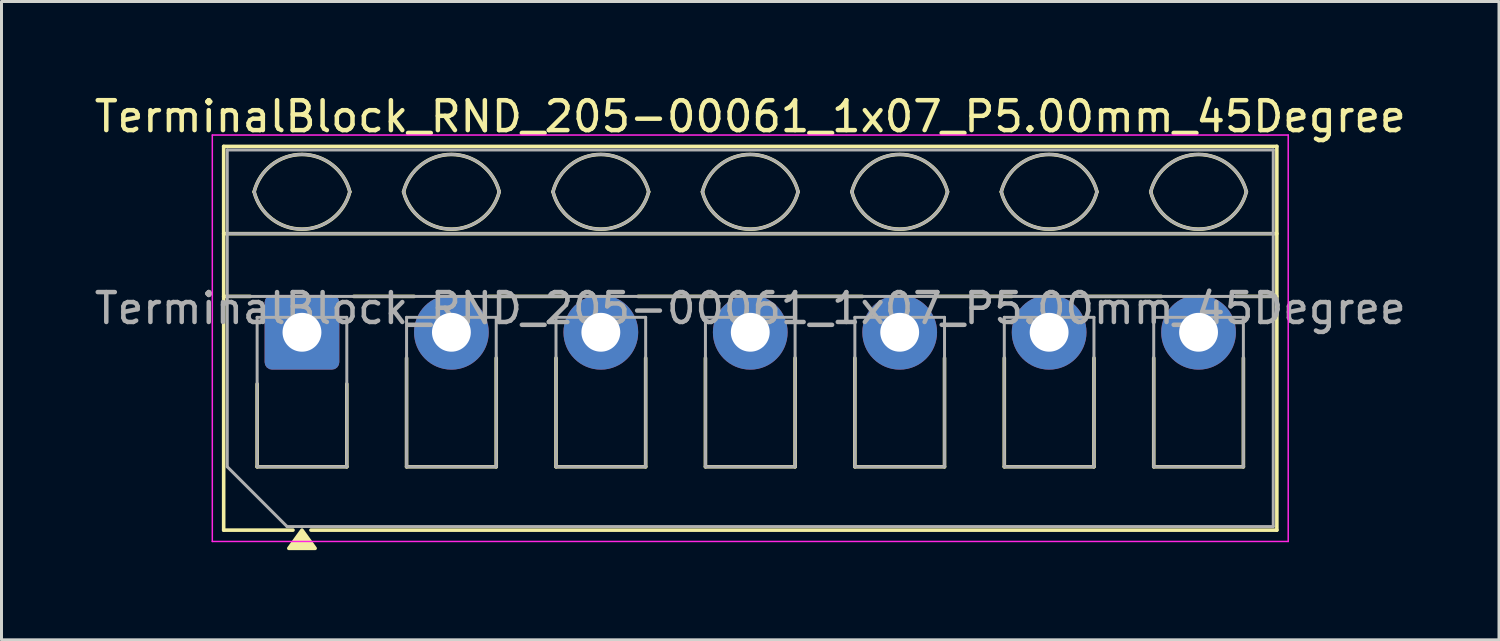
<source format=kicad_pcb>
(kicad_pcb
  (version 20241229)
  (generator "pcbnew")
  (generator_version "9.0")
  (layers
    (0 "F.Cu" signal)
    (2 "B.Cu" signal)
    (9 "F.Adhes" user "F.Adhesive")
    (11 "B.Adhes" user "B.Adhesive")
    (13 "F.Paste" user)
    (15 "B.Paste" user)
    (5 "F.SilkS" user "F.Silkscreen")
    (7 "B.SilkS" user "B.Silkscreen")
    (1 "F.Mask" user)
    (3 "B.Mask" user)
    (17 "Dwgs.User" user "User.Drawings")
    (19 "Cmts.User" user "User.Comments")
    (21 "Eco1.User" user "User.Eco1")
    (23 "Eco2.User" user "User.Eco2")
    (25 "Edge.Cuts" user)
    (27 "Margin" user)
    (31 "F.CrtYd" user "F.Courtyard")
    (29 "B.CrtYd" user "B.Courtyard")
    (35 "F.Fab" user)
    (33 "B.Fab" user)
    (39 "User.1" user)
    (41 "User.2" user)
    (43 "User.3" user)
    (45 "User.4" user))
  (footprint "TerminalBlock_RND_205-00061_1x07_P5.00mm_45Degree"
    (layer "F.Cu")
    (at 7.054 8.068)
    (property "Reference" "TerminalBlock_RND_205-00061_1x07_P5.00mm_45Degree" (at 15 -7.22 0) (layer "F.SilkS") (effects (font (size 1 1) (thickness 0.15))))
    (attr through_hole)
    (fp_line (start -2.62 -6.22) (end -2.62 6.62) (stroke (width 0.12) (type solid)) (layer "F.SilkS"))
    (fp_line (start -2.62 -6.22) (end 32.62 -6.22) (stroke (width 0.12) (type solid)) (layer "F.SilkS"))
    (fp_line (start -2.62 -3.3) (end 32.62 -3.3) (stroke (width 0.12) (type solid)) (layer "F.SilkS"))
    (fp_line (start -2.62 -1.2) (end -1.73 -1.2) (stroke (width 0.12) (type solid)) (layer "F.SilkS"))
    (fp_line (start -2.62 6.62) (end -0.3 6.62) (stroke (width 0.12) (type solid)) (layer "F.SilkS"))
    (fp_line (start -1.5 1.73) (end -1.5 4.5) (stroke (width 0.12) (type solid)) (layer "F.SilkS"))
    (fp_line (start -1.5 4.5) (end 1.5 4.5) (stroke (width 0.12) (type solid)) (layer "F.SilkS"))
    (fp_line (start 0.3 6.62) (end 32.62 6.62) (stroke (width 0.12) (type solid)) (layer "F.SilkS"))
    (fp_line (start 1.5 1.73) (end 1.5 4.5) (stroke (width 0.12) (type solid)) (layer "F.SilkS"))
    (fp_line (start 1.73 -1.2) (end 3.754 -1.2) (stroke (width 0.12) (type solid)) (layer "F.SilkS"))
    (fp_line (start 3.5 0.862) (end 3.5 4.5) (stroke (width 0.12) (type solid)) (layer "F.SilkS"))
    (fp_line (start 3.5 4.5) (end 6.5 4.5) (stroke (width 0.12) (type solid)) (layer "F.SilkS"))
    (fp_line (start 6.246 -1.2) (end 8.754 -1.2) (stroke (width 0.12) (type solid)) (layer "F.SilkS"))
    (fp_line (start 6.5 0.862) (end 6.5 4.5) (stroke (width 0.12) (type solid)) (layer "F.SilkS"))
    (fp_line (start 8.5 0.862) (end 8.5 4.5) (stroke (width 0.12) (type solid)) (layer "F.SilkS"))
    (fp_line (start 8.5 4.5) (end 11.5 4.5) (stroke (width 0.12) (type solid)) (layer "F.SilkS"))
    (fp_line (start 11.246 -1.2) (end 13.754 -1.2) (stroke (width 0.12) (type solid)) (layer "F.SilkS"))
    (fp_line (start 11.5 0.862) (end 11.5 4.5) (stroke (width 0.12) (type solid)) (layer "F.SilkS"))
    (fp_line (start 13.5 0.862) (end 13.5 4.5) (stroke (width 0.12) (type solid)) (layer "F.SilkS"))
    (fp_line (start 13.5 4.5) (end 16.5 4.5) (stroke (width 0.12) (type solid)) (layer "F.SilkS"))
    (fp_line (start 16.246 -1.2) (end 18.754 -1.2) (stroke (width 0.12) (type solid)) (layer "F.SilkS"))
    (fp_line (start 16.5 0.862) (end 16.5 4.5) (stroke (width 0.12) (type solid)) (layer "F.SilkS"))
    (fp_line (start 18.5 0.862) (end 18.5 4.5) (stroke (width 0.12) (type solid)) (layer "F.SilkS"))
    (fp_line (start 18.5 4.5) (end 21.5 4.5) (stroke (width 0.12) (type solid)) (layer "F.SilkS"))
    (fp_line (start 21.246 -1.2) (end 23.754 -1.2) (stroke (width 0.12) (type solid)) (layer "F.SilkS"))
    (fp_line (start 21.5 0.862) (end 21.5 4.5) (stroke (width 0.12) (type solid)) (layer "F.SilkS"))
    (fp_line (start 23.5 0.862) (end 23.5 4.5) (stroke (width 0.12) (type solid)) (layer "F.SilkS"))
    (fp_line (start 23.5 4.5) (end 26.5 4.5) (stroke (width 0.12) (type solid)) (layer "F.SilkS"))
    (fp_line (start 26.246 -1.2) (end 28.754 -1.2) (stroke (width 0.12) (type solid)) (layer "F.SilkS"))
    (fp_line (start 26.5 0.862) (end 26.5 4.5) (stroke (width 0.12) (type solid)) (layer "F.SilkS"))
    (fp_line (start 28.5 0.862) (end 28.5 4.5) (stroke (width 0.12) (type solid)) (layer "F.SilkS"))
    (fp_line (start 28.5 4.5) (end 31.5 4.5) (stroke (width 0.12) (type solid)) (layer "F.SilkS"))
    (fp_line (start 31.246 -1.2) (end 32.62 -1.2) (stroke (width 0.12) (type solid)) (layer "F.SilkS"))
    (fp_line (start 31.5 0.862) (end 31.5 4.5) (stroke (width 0.12) (type solid)) (layer "F.SilkS"))
    (fp_line (start 32.62 -6.22) (end 32.62 6.62) (stroke (width 0.12) (type solid)) (layer "F.SilkS"))
    (fp_arc (start -1.600031 -4.699875) (mid -0.000065 -5.95) (end 1.6 -4.7) (stroke (width 0.12) (type solid)) (layer "F.SilkS"))
    (fp_arc (start 1.6 -4.7) (mid -0.000065 -3.45) (end -1.600031 -4.700125) (stroke (width 0.12) (type solid)) (layer "F.SilkS"))
    (fp_arc (start 3.399969 -4.699875) (mid 4.999935 -5.95) (end 6.6 -4.7) (stroke (width 0.12) (type solid)) (layer "F.SilkS"))
    (fp_arc (start 6.6 -4.7) (mid 4.999935 -3.45) (end 3.399969 -4.700125) (stroke (width 0.12) (type solid)) (layer "F.SilkS"))
    (fp_arc (start 8.399969 -4.699875) (mid 9.999935 -5.95) (end 11.6 -4.7) (stroke (width 0.12) (type solid)) (layer "F.SilkS"))
    (fp_arc (start 11.6 -4.7) (mid 9.999935 -3.45) (end 8.399969 -4.700125) (stroke (width 0.12) (type solid)) (layer "F.SilkS"))
    (fp_arc (start 13.399969 -4.699875) (mid 14.999935 -5.95) (end 16.6 -4.7) (stroke (width 0.12) (type solid)) (layer "F.SilkS"))
    (fp_arc (start 16.6 -4.7) (mid 14.999935 -3.45) (end 13.399969 -4.700125) (stroke (width 0.12) (type solid)) (layer "F.SilkS"))
    (fp_arc (start 18.399969 -4.699875) (mid 19.999935 -5.95) (end 21.6 -4.7) (stroke (width 0.12) (type solid)) (layer "F.SilkS"))
    (fp_arc (start 21.6 -4.7) (mid 19.999935 -3.45) (end 18.399969 -4.700125) (stroke (width 0.12) (type solid)) (layer "F.SilkS"))
    (fp_arc (start 23.399969 -4.699875) (mid 24.999935 -5.95) (end 26.6 -4.7) (stroke (width 0.12) (type solid)) (layer "F.SilkS"))
    (fp_arc (start 26.6 -4.7) (mid 24.999935 -3.45) (end 23.399969 -4.700125) (stroke (width 0.12) (type solid)) (layer "F.SilkS"))
    (fp_arc (start 28.399969 -4.699875) (mid 29.999935 -5.95) (end 31.6 -4.7) (stroke (width 0.12) (type solid)) (layer "F.SilkS"))
    (fp_arc (start 31.6 -4.7) (mid 29.999935 -3.45) (end 28.399969 -4.700125) (stroke (width 0.12) (type solid)) (layer "F.SilkS"))
    (fp_poly (pts (xy 0 6.62) (xy 0.44 7.23) (xy -0.44 7.23)) (stroke (width 0.12) (type solid)) (fill yes) (layer "F.SilkS"))
    (fp_line (start -3 -6.6) (end -3 7) (stroke (width 0.05) (type solid)) (layer "F.CrtYd"))
    (fp_line (start -3 7) (end 33 7) (stroke (width 0.05) (type solid)) (layer "F.CrtYd"))
    (fp_line (start 33 -6.6) (end -3 -6.6) (stroke (width 0.05) (type solid)) (layer "F.CrtYd"))
    (fp_line (start 33 7) (end 33 -6.6) (stroke (width 0.05) (type solid)) (layer "F.CrtYd"))
    (fp_line (start -2.5 -6.1) (end 32.5 -6.1) (stroke (width 0.1) (type solid)) (layer "F.Fab"))
    (fp_line (start -2.5 -3.3) (end 32.5 -3.3) (stroke (width 0.1) (type solid)) (layer "F.Fab"))
    (fp_line (start -2.5 -1.2) (end 32.5 -1.2) (stroke (width 0.1) (type solid)) (layer "F.Fab"))
    (fp_line (start -2.5 4.5) (end -2.5 -6.1) (stroke (width 0.1) (type solid)) (layer "F.Fab"))
    (fp_line (start -1.5 -0.5) (end -1.5 4.5) (stroke (width 0.1) (type solid)) (layer "F.Fab"))
    (fp_line (start -1.5 4.5) (end 1.5 4.5) (stroke (width 0.1) (type solid)) (layer "F.Fab"))
    (fp_line (start -0.5 6.5) (end -2.5 4.5) (stroke (width 0.1) (type solid)) (layer "F.Fab"))
    (fp_line (start 1.5 -0.5) (end -1.5 -0.5) (stroke (width 0.1) (type solid)) (layer "F.Fab"))
    (fp_line (start 1.5 4.5) (end 1.5 -0.5) (stroke (width 0.1) (type solid)) (layer "F.Fab"))
    (fp_line (start 3.5 -0.5) (end 3.5 4.5) (stroke (width 0.1) (type solid)) (layer "F.Fab"))
    (fp_line (start 3.5 4.5) (end 6.5 4.5) (stroke (width 0.1) (type solid)) (layer "F.Fab"))
    (fp_line (start 6.5 -0.5) (end 3.5 -0.5) (stroke (width 0.1) (type solid)) (layer "F.Fab"))
    (fp_line (start 6.5 4.5) (end 6.5 -0.5) (stroke (width 0.1) (type solid)) (layer "F.Fab"))
    (fp_line (start 8.5 -0.5) (end 8.5 4.5) (stroke (width 0.1) (type solid)) (layer "F.Fab"))
    (fp_line (start 8.5 4.5) (end 11.5 4.5) (stroke (width 0.1) (type solid)) (layer "F.Fab"))
    (fp_line (start 11.5 -0.5) (end 8.5 -0.5) (stroke (width 0.1) (type solid)) (layer "F.Fab"))
    (fp_line (start 11.5 4.5) (end 11.5 -0.5) (stroke (width 0.1) (type solid)) (layer "F.Fab"))
    (fp_line (start 13.5 -0.5) (end 13.5 4.5) (stroke (width 0.1) (type solid)) (layer "F.Fab"))
    (fp_line (start 13.5 4.5) (end 16.5 4.5) (stroke (width 0.1) (type solid)) (layer "F.Fab"))
    (fp_line (start 16.5 -0.5) (end 13.5 -0.5) (stroke (width 0.1) (type solid)) (layer "F.Fab"))
    (fp_line (start 16.5 4.5) (end 16.5 -0.5) (stroke (width 0.1) (type solid)) (layer "F.Fab"))
    (fp_line (start 18.5 -0.5) (end 18.5 4.5) (stroke (width 0.1) (type solid)) (layer "F.Fab"))
    (fp_line (start 18.5 4.5) (end 21.5 4.5) (stroke (width 0.1) (type solid)) (layer "F.Fab"))
    (fp_line (start 21.5 -0.5) (end 18.5 -0.5) (stroke (width 0.1) (type solid)) (layer "F.Fab"))
    (fp_line (start 21.5 4.5) (end 21.5 -0.5) (stroke (width 0.1) (type solid)) (layer "F.Fab"))
    (fp_line (start 23.5 -0.5) (end 23.5 4.5) (stroke (width 0.1) (type solid)) (layer "F.Fab"))
    (fp_line (start 23.5 4.5) (end 26.5 4.5) (stroke (width 0.1) (type solid)) (layer "F.Fab"))
    (fp_line (start 26.5 -0.5) (end 23.5 -0.5) (stroke (width 0.1) (type solid)) (layer "F.Fab"))
    (fp_line (start 26.5 4.5) (end 26.5 -0.5) (stroke (width 0.1) (type solid)) (layer "F.Fab"))
    (fp_line (start 28.5 -0.5) (end 28.5 4.5) (stroke (width 0.1) (type solid)) (layer "F.Fab"))
    (fp_line (start 28.5 4.5) (end 31.5 4.5) (stroke (width 0.1) (type solid)) (layer "F.Fab"))
    (fp_line (start 31.5 -0.5) (end 28.5 -0.5) (stroke (width 0.1) (type solid)) (layer "F.Fab"))
    (fp_line (start 31.5 4.5) (end 31.5 -0.5) (stroke (width 0.1) (type solid)) (layer "F.Fab"))
    (fp_line (start 32.5 -6.1) (end 32.5 6.5) (stroke (width 0.1) (type solid)) (layer "F.Fab"))
    (fp_line (start 32.5 6.5) (end -0.5 6.5) (stroke (width 0.1) (type solid)) (layer "F.Fab"))
    (fp_arc (start -1.600914 -4.700344) (mid 0.000177 -5.95097) (end 1.601 -4.7) (stroke (width 0.1) (type solid)) (layer "F.Fab"))
    (fp_arc (start 1.6 -4.7) (mid -0.000065 -3.45) (end -1.600031 -4.700125) (stroke (width 0.1) (type solid)) (layer "F.Fab"))
    (fp_arc (start 3.399086 -4.700344) (mid 5.000177 -5.95097) (end 6.601 -4.7) (stroke (width 0.1) (type solid)) (layer "F.Fab"))
    (fp_arc (start 6.6 -4.7) (mid 4.999935 -3.45) (end 3.399969 -4.700125) (stroke (width 0.1) (type solid)) (layer "F.Fab"))
    (fp_arc (start 8.399086 -4.700344) (mid 10.000177 -5.95097) (end 11.601 -4.7) (stroke (width 0.1) (type solid)) (layer "F.Fab"))
    (fp_arc (start 11.6 -4.7) (mid 9.999935 -3.45) (end 8.399969 -4.700125) (stroke (width 0.1) (type solid)) (layer "F.Fab"))
    (fp_arc (start 13.399086 -4.700344) (mid 15.000177 -5.95097) (end 16.601 -4.7) (stroke (width 0.1) (type solid)) (layer "F.Fab"))
    (fp_arc (start 16.6 -4.7) (mid 14.999935 -3.45) (end 13.399969 -4.700125) (stroke (width 0.1) (type solid)) (layer "F.Fab"))
    (fp_arc (start 18.399086 -4.700344) (mid 20.000177 -5.95097) (end 21.601 -4.7) (stroke (width 0.1) (type solid)) (layer "F.Fab"))
    (fp_arc (start 21.6 -4.7) (mid 19.999935 -3.45) (end 18.399969 -4.700125) (stroke (width 0.1) (type solid)) (layer "F.Fab"))
    (fp_arc (start 23.399086 -4.700344) (mid 25.000177 -5.95097) (end 26.601 -4.7) (stroke (width 0.1) (type solid)) (layer "F.Fab"))
    (fp_arc (start 26.6 -4.7) (mid 24.999935 -3.45) (end 23.399969 -4.700125) (stroke (width 0.1) (type solid)) (layer "F.Fab"))
    (fp_arc (start 28.399086 -4.700344) (mid 30.000177 -5.95097) (end 31.601 -4.7) (stroke (width 0.1) (type solid)) (layer "F.Fab"))
    (fp_arc (start 31.6 -4.7) (mid 29.999935 -3.45) (end 28.399969 -4.700125) (stroke (width 0.1) (type solid)) (layer "F.Fab"))
    (fp_text user "${REFERENCE}" (at 15 -0.8 0) (layer "F.Fab") (effects (font (size 1 1) (thickness 0.15))))
    (pad "1" thru_hole roundrect (at 0 0) (size 2.5 2.5) (drill 1.3) (layers "*.Cu" "*.Mask") (roundrect_rratio 0.1))
    (pad "2" thru_hole circle (at 5 0) (size 2.5 2.5) (drill 1.3) (layers "*.Cu" "*.Mask"))
    (pad "3" thru_hole circle (at 10 0) (size 2.5 2.5) (drill 1.3) (layers "*.Cu" "*.Mask"))
    (pad "4" thru_hole circle (at 15 0) (size 2.5 2.5) (drill 1.3) (layers "*.Cu" "*.Mask"))
    (pad "5" thru_hole circle (at 20 0) (size 2.5 2.5) (drill 1.3) (layers "*.Cu" "*.Mask"))
    (pad "6" thru_hole circle (at 25 0) (size 2.5 2.5) (drill 1.3) (layers "*.Cu" "*.Mask"))
    (pad "7" thru_hole circle (at 30 0) (size 2.5 2.5) (drill 1.3) (layers "*.Cu" "*.Mask")))
  (gr_rect
    (start -3 -3)
    (end 47.107 18.358)
    (stroke (width 0.1) (type default))
    (fill no)
    (layer "Edge.Cuts")))
</source>
